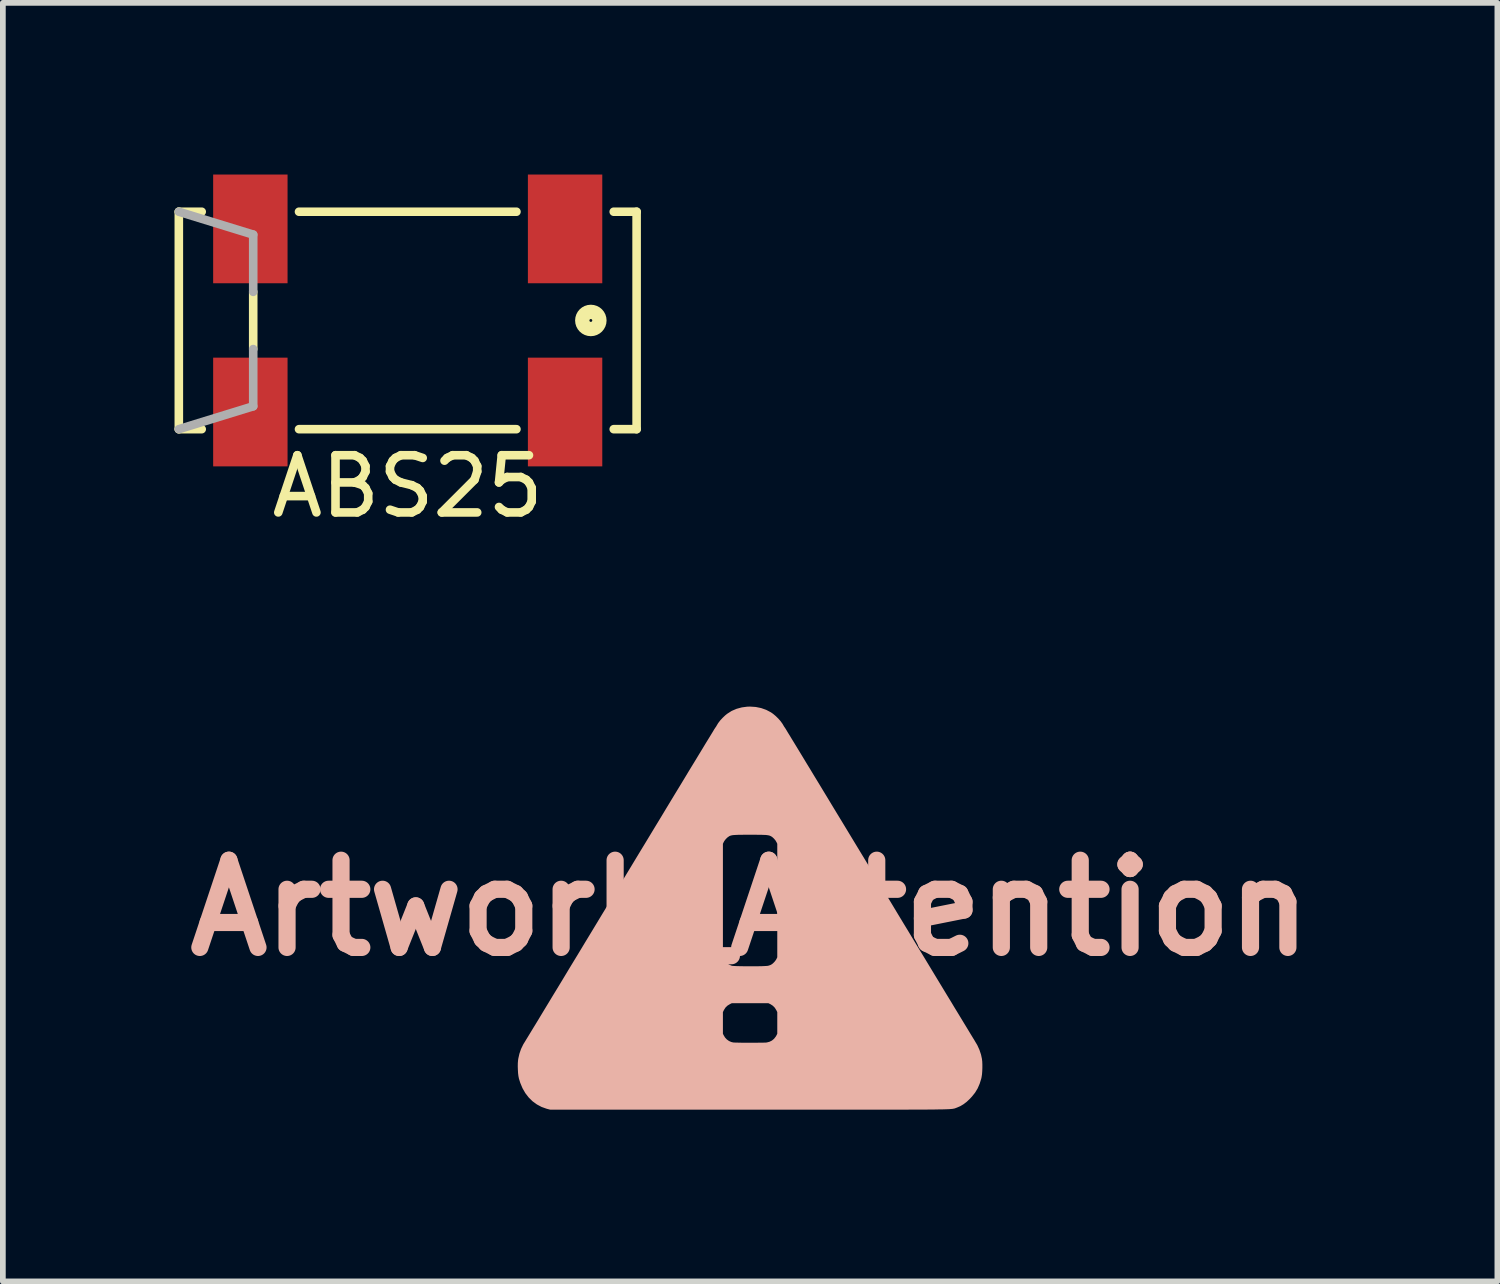
<source format=kicad_pcb>
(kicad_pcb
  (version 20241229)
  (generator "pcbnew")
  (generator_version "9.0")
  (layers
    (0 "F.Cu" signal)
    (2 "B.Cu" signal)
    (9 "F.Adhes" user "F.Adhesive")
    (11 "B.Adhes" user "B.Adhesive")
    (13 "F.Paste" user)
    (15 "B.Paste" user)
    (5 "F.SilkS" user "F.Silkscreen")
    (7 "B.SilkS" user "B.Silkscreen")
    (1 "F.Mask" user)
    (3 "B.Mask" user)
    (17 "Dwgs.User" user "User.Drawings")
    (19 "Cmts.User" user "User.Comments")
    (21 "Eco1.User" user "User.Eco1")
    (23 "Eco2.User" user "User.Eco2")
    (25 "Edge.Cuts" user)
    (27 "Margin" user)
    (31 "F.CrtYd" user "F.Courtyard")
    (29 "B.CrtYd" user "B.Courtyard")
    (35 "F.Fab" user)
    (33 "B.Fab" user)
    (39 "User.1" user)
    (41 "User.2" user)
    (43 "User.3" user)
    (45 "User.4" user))
  (footprint "ABS25"
    (layer "F.Cu")
    (at 4.075 2.55)
    (property "Reference" "ABS25" (at 0 2.9 0) (layer "F.SilkS") (effects (font (size 1 1) (thickness 0.15))))
    (attr through_hole)
    (fp_line (start -4 -1.9) (end -4 1.9) (stroke (width 0.15) (type solid)) (layer "F.SilkS"))
    (fp_line (start -4 1.9) (end -3.6 1.9) (stroke (width 0.15) (type solid)) (layer "F.SilkS"))
    (fp_line (start -3.6 -1.9) (end -4 -1.9) (stroke (width 0.15) (type solid)) (layer "F.SilkS"))
    (fp_line (start -2.7 0.5) (end -2.7 -0.5) (stroke (width 0.15) (type solid)) (layer "F.SilkS"))
    (fp_line (start -1.9 -1.9) (end 1.9 -1.9) (stroke (width 0.15) (type solid)) (layer "F.SilkS"))
    (fp_line (start 1.9 1.9) (end -1.9 1.9) (stroke (width 0.15) (type solid)) (layer "F.SilkS"))
    (fp_line (start 3.6 -1.9) (end 4 -1.9) (stroke (width 0.15) (type solid)) (layer "F.SilkS"))
    (fp_line (start 4 -1.9) (end 4 1.9) (stroke (width 0.15) (type solid)) (layer "F.SilkS"))
    (fp_line (start 4 1.9) (end 3.6 1.9) (stroke (width 0.15) (type solid)) (layer "F.SilkS"))
    (fp_circle (center 3.2 0) (end 3 0) (stroke (width 0.15) (type solid)) (fill no) (layer "F.SilkS"))
    (fp_circle (center 3.2 0) (end 3.1 0) (stroke (width 0.15) (type solid)) (fill no) (layer "F.SilkS"))
    (fp_circle (center 3.2 0) (end 3.25 0) (stroke (width 0.15) (type solid)) (fill no) (layer "F.SilkS"))
    (fp_line (start -2.7 -1.5) (end -4 -1.9) (stroke (width 0.15) (type solid)) (layer "F.Fab"))
    (fp_line (start -2.7 -0.5) (end -2.7 -1.5) (stroke (width 0.15) (type solid)) (layer "F.Fab"))
    (fp_line (start -2.7 0.5) (end -2.7 1.5) (stroke (width 0.15) (type solid)) (layer "F.Fab"))
    (fp_line (start -2.7 1.5) (end -4 1.9) (stroke (width 0.15) (type solid)) (layer "F.Fab"))
    (pad "1" smd rect (at -2.75 1.6) (size 1.3 1.9) (layers "F.Cu" "F.Mask" "F.Paste"))
    (pad "2" smd rect (at 2.75 1.6) (size 1.3 1.9) (layers "F.Cu" "F.Mask" "F.Paste"))
    (pad "3" smd rect (at 2.75 -1.6) (size 1.3 1.9) (layers "F.Cu" "F.Mask" "F.Paste"))
    (pad "4" smd rect (at -2.75 -1.6) (size 1.3 1.9) (layers "F.Cu" "F.Mask" "F.Paste")))
  (footprint "Artwork_Attention"
    (layer "F.Cu")
    (at 10.058 12.817)
    (property "Reference" "Artwork_Attention" (at 0 0 0) (layer "B.SilkS") (effects (font (size 1.524 1.524) (thickness 0.3))))
    (attr through_hole)
    (fp_poly (pts (xy 4.009 2.793) (xy 4.007 2.849) (xy 4.003 2.901) (xy 3.996 2.947) (xy 3.991 2.97) (xy 3.965 3.054) (xy 3.932 3.13) (xy 3.891 3.198) (xy 3.84 3.262) (xy 3.803 3.302) (xy 3.752 3.35) (xy 3.702 3.388) (xy 3.652 3.418) (xy 3.599 3.441) (xy 3.592 3.443) (xy 3.586 3.446) (xy 3.58 3.448) (xy 3.575 3.45) (xy 3.57 3.452) (xy 3.564 3.454) (xy 3.558 3.456) (xy 3.551 3.457) (xy 3.542 3.459) (xy 3.532 3.461) (xy 3.52 3.462) (xy 3.506 3.463) (xy 3.489 3.465) (xy 3.469 3.466) (xy 3.446 3.467) (xy 3.418 3.468) (xy 3.387 3.469) (xy 3.352 3.47) (xy 3.311 3.47) (xy 3.266 3.471) (xy 3.215 3.472) (xy 3.159 3.472) (xy 3.096 3.473) (xy 3.027 3.473) (xy 2.951 3.474) (xy 2.868 3.474) (xy 2.777 3.474) (xy 2.679 3.475) (xy 2.573 3.475) (xy 2.458 3.475) (xy 2.334 3.475) (xy 2.201 3.475) (xy 2.058 3.475) (xy 1.906 3.475) (xy 1.743 3.475) (xy 1.57 3.475) (xy 1.385 3.475) (xy 1.19 3.475) (xy 0.983 3.475) (xy 0.764 3.475) (xy 0.533 3.475) (xy 0.525 3.475) (xy 0.525 2.209) (xy 0.525 2.009) (xy 0.525 1.808) (xy 0.525 0.872) (xy 0.525 -0.13) (xy 0.525 -1.133) (xy 0.507 -1.171) (xy 0.484 -1.21) (xy 0.453 -1.247) (xy 0.418 -1.279) (xy 0.395 -1.294) (xy 0.38 -1.302) (xy 0.364 -1.309) (xy 0.346 -1.315) (xy 0.326 -1.319) (xy 0.302 -1.323) (xy 0.272 -1.326) (xy 0.235 -1.327) (xy 0.19 -1.329) (xy 0.136 -1.329) (xy 0.07 -1.33) (xy 0 -1.33) (xy -0.076 -1.33) (xy -0.141 -1.329) (xy -0.194 -1.329) (xy -0.238 -1.327) (xy -0.275 -1.325) (xy -0.304 -1.323) (xy -0.328 -1.319) (xy -0.348 -1.314) (xy -0.365 -1.309) (xy -0.381 -1.302) (xy -0.395 -1.294) (xy -0.43 -1.269) (xy -0.464 -1.235) (xy -0.493 -1.197) (xy -0.507 -1.171) (xy -0.525 -1.133) (xy -0.525 -0.13) (xy -0.525 0.872) (xy -0.507 0.911) (xy -0.477 0.96) (xy -0.437 1.002) (xy -0.39 1.035) (xy -0.338 1.056) (xy -0.324 1.06) (xy -0.306 1.062) (xy -0.275 1.064) (xy -0.236 1.066) (xy -0.188 1.067) (xy -0.134 1.068) (xy -0.077 1.069) (xy -0.016 1.069) (xy 0.044 1.069) (xy 0.103 1.069) (xy 0.159 1.068) (xy 0.21 1.067) (xy 0.254 1.065) (xy 0.289 1.063) (xy 0.314 1.061) (xy 0.321 1.06) (xy 0.35 1.052) (xy 0.379 1.041) (xy 0.395 1.033) (xy 0.43 1.008) (xy 0.464 0.974) (xy 0.493 0.936) (xy 0.507 0.911) (xy 0.525 0.872) (xy 0.525 1.808) (xy 0.503 1.763) (xy 0.472 1.713) (xy 0.431 1.671) (xy 0.381 1.638) (xy 0.374 1.635) (xy 0.331 1.614) (xy 0 1.614) (xy -0.331 1.614) (xy -0.374 1.635) (xy -0.425 1.666) (xy -0.468 1.707) (xy -0.5 1.757) (xy -0.503 1.763) (xy -0.525 1.808) (xy -0.525 2.009) (xy -0.525 2.209) (xy -0.507 2.246) (xy -0.478 2.294) (xy -0.44 2.335) (xy -0.394 2.368) (xy -0.344 2.39) (xy -0.306 2.399) (xy -0.289 2.401) (xy -0.261 2.402) (xy -0.222 2.403) (xy -0.176 2.404) (xy -0.124 2.405) (xy -0.069 2.405) (xy -0.011 2.405) (xy 0.048 2.405) (xy 0.104 2.405) (xy 0.157 2.404) (xy 0.205 2.404) (xy 0.245 2.403) (xy 0.277 2.402) (xy 0.297 2.4) (xy 0.3 2.4) (xy 0.357 2.385) (xy 0.409 2.359) (xy 0.454 2.322) (xy 0.49 2.276) (xy 0.507 2.246) (xy 0.525 2.209) (xy 0.525 3.475) (xy 0.289 3.475) (xy 0.032 3.475) (xy -0.01 3.475) (xy -3.486 3.475) (xy -3.543 3.46) (xy -3.624 3.431) (xy -3.699 3.391) (xy -3.769 3.34) (xy -3.831 3.279) (xy -3.886 3.208) (xy -3.932 3.128) (xy -3.969 3.04) (xy -3.991 2.97) (xy -3.999 2.93) (xy -4.005 2.881) (xy -4.008 2.825) (xy -4.01 2.769) (xy -4.009 2.714) (xy -4.005 2.666) (xy -4.002 2.644) (xy -3.983 2.56) (xy -3.956 2.482) (xy -3.919 2.406) (xy -3.88 2.343) (xy -3.875 2.334) (xy -3.862 2.313) (xy -3.843 2.282) (xy -3.818 2.241) (xy -3.787 2.19) (xy -3.75 2.129) (xy -3.707 2.059) (xy -3.659 1.98) (xy -3.606 1.892) (xy -3.548 1.796) (xy -3.485 1.692) (xy -3.418 1.581) (xy -3.346 1.463) (xy -3.27 1.338) (xy -3.191 1.207) (xy -3.108 1.069) (xy -3.021 0.926) (xy -2.931 0.778) (xy -2.839 0.625) (xy -2.743 0.467) (xy -2.645 0.305) (xy -2.545 0.139) (xy -2.442 -0.03) (xy -2.338 -0.203) (xy -2.232 -0.378) (xy -2.21 -0.414) (xy -2.103 -0.59) (xy -1.999 -0.762) (xy -1.897 -0.931) (xy -1.796 -1.097) (xy -1.698 -1.259) (xy -1.603 -1.416) (xy -1.51 -1.569) (xy -1.421 -1.717) (xy -1.335 -1.859) (xy -1.252 -1.996) (xy -1.172 -2.127) (xy -1.097 -2.251) (xy -1.026 -2.369) (xy -0.959 -2.479) (xy -0.896 -2.582) (xy -0.838 -2.678) (xy -0.785 -2.765) (xy -0.738 -2.843) (xy -0.695 -2.913) (xy -0.658 -2.973) (xy -0.627 -3.024) (xy -0.602 -3.065) (xy -0.584 -3.096) (xy -0.571 -3.115) (xy -0.566 -3.124) (xy -0.565 -3.125) (xy -0.557 -3.135) (xy -0.547 -3.151) (xy -0.541 -3.162) (xy -0.517 -3.202) (xy -0.484 -3.245) (xy -0.444 -3.288) (xy -0.402 -3.328) (xy -0.371 -3.353) (xy -0.299 -3.399) (xy -0.22 -3.433) (xy -0.135 -3.456) (xy -0.045 -3.468) (xy 0 -3.469) (xy 0.092 -3.463) (xy 0.18 -3.445) (xy 0.262 -3.416) (xy 0.338 -3.376) (xy 0.371 -3.353) (xy 0.414 -3.317) (xy 0.456 -3.276) (xy 0.494 -3.233) (xy 0.525 -3.19) (xy 0.541 -3.162) (xy 0.552 -3.143) (xy 0.562 -3.129) (xy 0.565 -3.125) (xy 0.569 -3.119) (xy 0.58 -3.102) (xy 0.597 -3.074) (xy 0.62 -3.035) (xy 0.65 -2.987) (xy 0.685 -2.929) (xy 0.726 -2.862) (xy 0.773 -2.785) (xy 0.824 -2.701) (xy 0.881 -2.607) (xy 0.942 -2.506) (xy 1.008 -2.398) (xy 1.078 -2.282) (xy 1.153 -2.159) (xy 1.231 -2.03) (xy 1.313 -1.895) (xy 1.398 -1.754) (xy 1.487 -1.607) (xy 1.579 -1.456) (xy 1.674 -1.299) (xy 1.771 -1.139) (xy 1.871 -0.974) (xy 1.973 -0.806) (xy 2.077 -0.634) (xy 2.182 -0.459) (xy 2.209 -0.414) (xy 2.316 -0.239) (xy 2.421 -0.066) (xy 2.523 0.104) (xy 2.624 0.271) (xy 2.723 0.434) (xy 2.819 0.593) (xy 2.912 0.747) (xy 3.003 0.896) (xy 3.09 1.04) (xy 3.174 1.179) (xy 3.254 1.311) (xy 3.331 1.438) (xy 3.403 1.557) (xy 3.472 1.67) (xy 3.535 1.775) (xy 3.595 1.873) (xy 3.649 1.962) (xy 3.698 2.043) (xy 3.742 2.115) (xy 3.78 2.178) (xy 3.812 2.231) (xy 3.839 2.275) (xy 3.859 2.308) (xy 3.873 2.33) (xy 3.88 2.342) (xy 3.88 2.343) (xy 3.926 2.42) (xy 3.961 2.497) (xy 3.987 2.575) (xy 4.002 2.644) (xy 4.007 2.686) (xy 4.009 2.738) (xy 4.009 2.793)) (stroke (width 0.1) (type solid)) (fill yes) (layer "B.SilkS")))
  (gr_rect
    (start -3 -3)
    (end 23.117 19.343)
    (stroke (width 0.1) (type default))
    (fill no)
    (layer "Edge.Cuts")))
</source>
